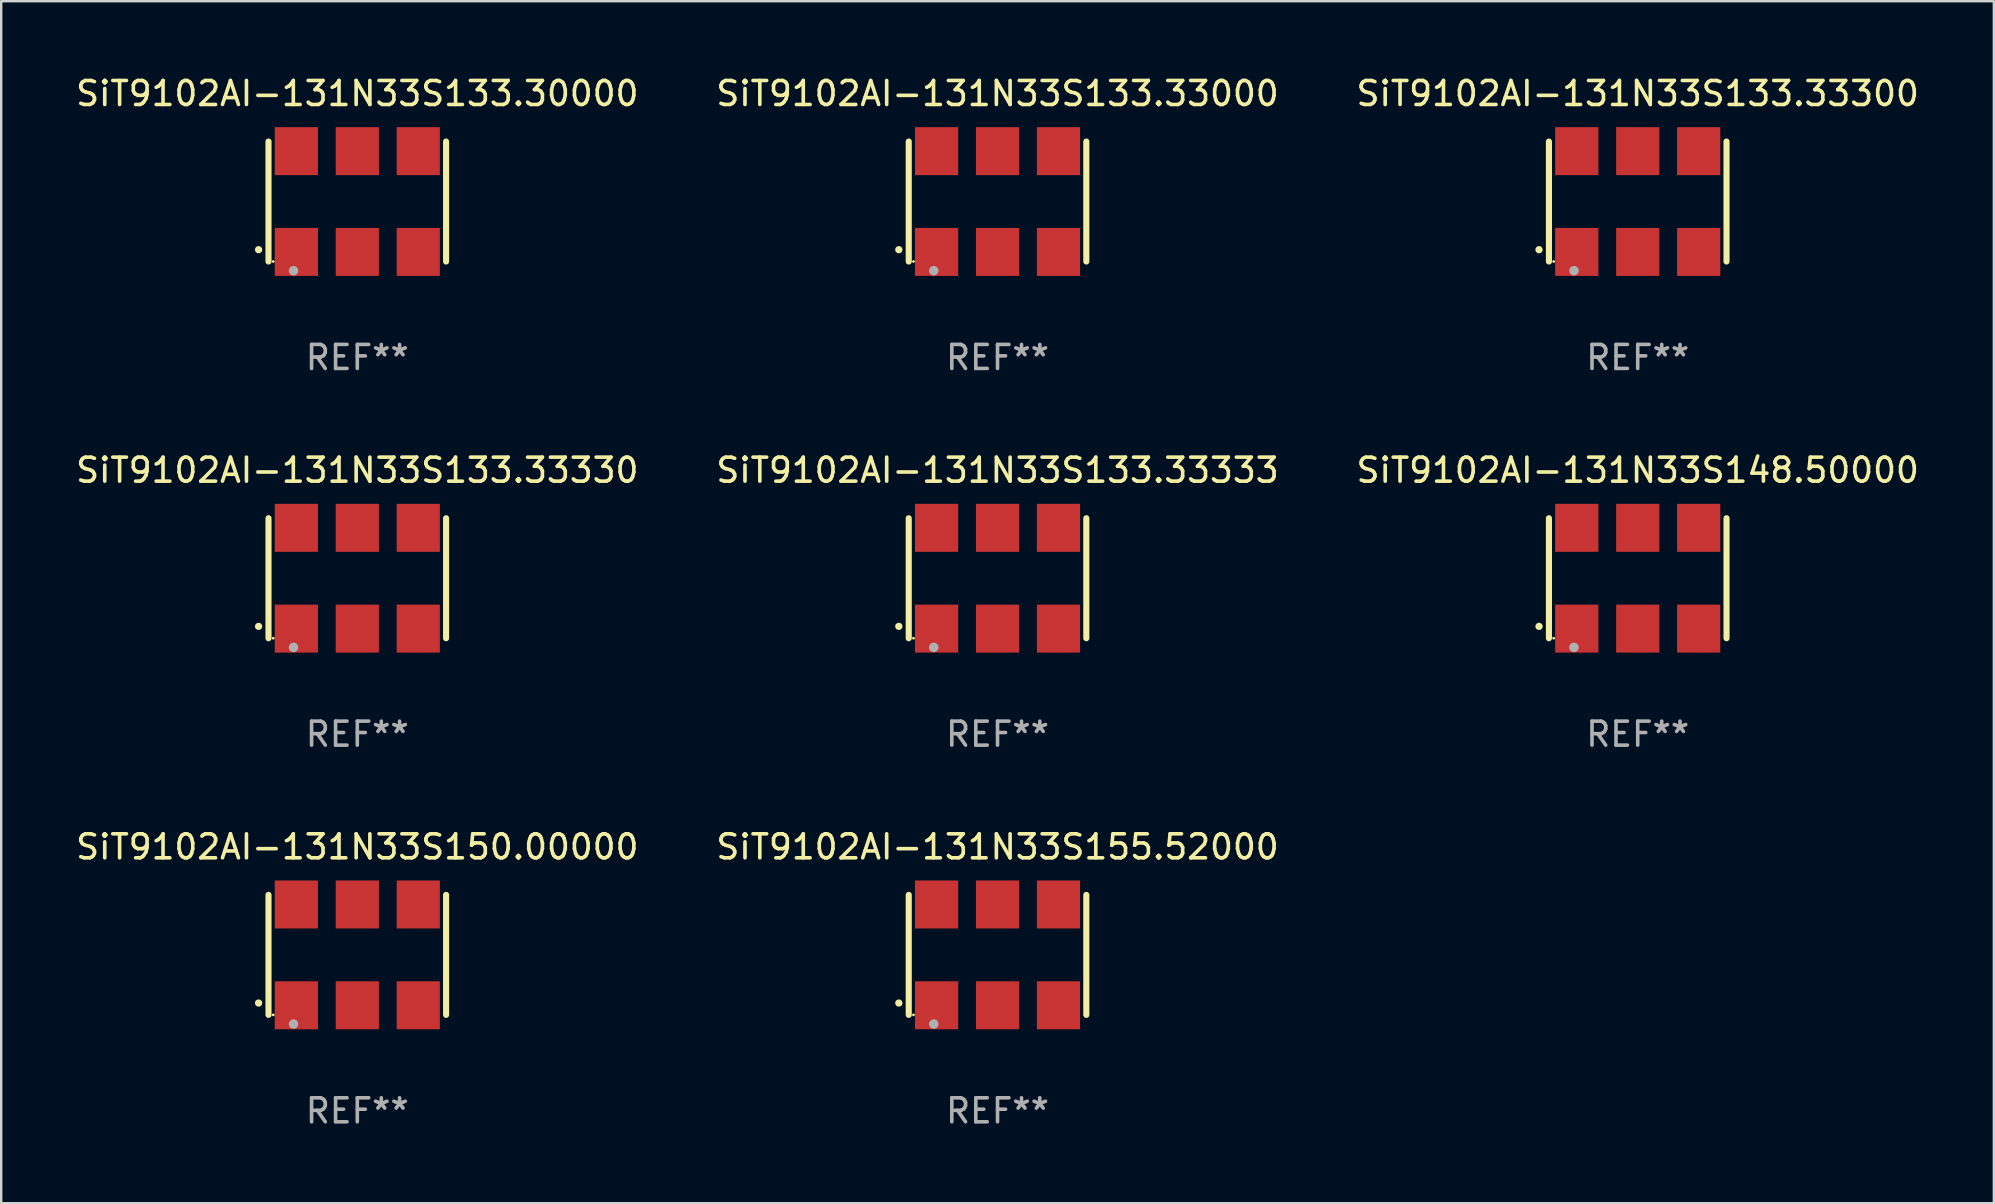
<source format=kicad_pcb>
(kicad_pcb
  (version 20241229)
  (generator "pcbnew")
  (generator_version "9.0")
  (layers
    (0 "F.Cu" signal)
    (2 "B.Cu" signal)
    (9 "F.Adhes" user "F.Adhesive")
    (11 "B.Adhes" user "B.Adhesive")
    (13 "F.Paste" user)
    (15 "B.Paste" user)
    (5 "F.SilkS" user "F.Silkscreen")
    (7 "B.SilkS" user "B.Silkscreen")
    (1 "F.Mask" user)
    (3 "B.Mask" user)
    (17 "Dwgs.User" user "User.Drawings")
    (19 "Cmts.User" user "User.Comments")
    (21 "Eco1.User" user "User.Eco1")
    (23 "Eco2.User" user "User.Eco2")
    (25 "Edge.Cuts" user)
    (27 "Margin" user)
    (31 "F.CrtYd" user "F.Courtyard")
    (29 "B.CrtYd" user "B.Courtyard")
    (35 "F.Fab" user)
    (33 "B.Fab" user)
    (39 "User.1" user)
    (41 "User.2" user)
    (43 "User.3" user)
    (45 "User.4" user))
  (footprint "SiT9102AI-131N33S133.33330"
    (layer "F.Cu")
    (at 11.839 21.045)
    (property "Reference" "SiT9102AI-131N33S133.33330" (at 0 -4.5 0) (layer "F.SilkS") (effects (font (size 1 1) (thickness 0.15))))
    (attr through_hole)
    (fp_line (start -3.7 -2.5) (end -3.7 2.5) (stroke (width 0.254) (type solid)) (layer "F.SilkS"))
    (fp_line (start 3.7 -2.5) (end 3.7 2.5) (stroke (width 0.254) (type solid)) (layer "F.SilkS"))
    (fp_arc (start -4.114415 2.006604) (mid -4.113145 2.006599) (end -4.111875 2.006604) (stroke (width 0.3) (type solid)) (layer "F.SilkS"))
    (fp_circle (center -3.502 2.5) (end -3.472 2.5) (stroke (width 0.06) (type solid)) (fill no) (layer "F.SilkS"))
    (fp_circle (center -2.657 2.882) (end -2.557 2.882) (stroke (width 0.2) (type solid)) (fill no) (layer "F.Fab"))
    (fp_text user "REF**" (at 0 6.5 0) (layer "F.Fab") (effects (font (size 1 1) (thickness 0.15))))
    (pad "1" smd rect (at -2.54 2.1) (size 1.8 2) (layers "F.Cu" "F.Mask" "F.Paste"))
    (pad "2" smd rect (at 0.000394 2.1) (size 1.8 2) (layers "F.Cu" "F.Mask" "F.Paste"))
    (pad "3" smd rect (at 2.54 2.1) (size 1.8 2) (layers "F.Cu" "F.Mask" "F.Paste"))
    (pad "4" smd rect (at 2.54 -2.1) (size 1.8 2) (layers "F.Cu" "F.Mask" "F.Paste"))
    (pad "5" smd rect (at 0.000394 -2.1) (size 1.8 2) (layers "F.Cu" "F.Mask" "F.Paste"))
    (pad "6" smd rect (at -2.54 -2.1) (size 1.8 2) (layers "F.Cu" "F.Mask" "F.Paste")))
  (footprint "SiT9102AI-131N33S155.52000"
    (layer "F.Cu")
    (at 38.518 36.741)
    (property "Reference" "SiT9102AI-131N33S155.52000" (at 0 -4.5 0) (layer "F.SilkS") (effects (font (size 1 1) (thickness 0.15))))
    (attr through_hole)
    (fp_line (start -3.7 -2.5) (end -3.7 2.5) (stroke (width 0.254) (type solid)) (layer "F.SilkS"))
    (fp_line (start 3.7 -2.5) (end 3.7 2.5) (stroke (width 0.254) (type solid)) (layer "F.SilkS"))
    (fp_arc (start -4.114415 2.006604) (mid -4.113145 2.006599) (end -4.111875 2.006604) (stroke (width 0.3) (type solid)) (layer "F.SilkS"))
    (fp_circle (center -3.502 2.5) (end -3.472 2.5) (stroke (width 0.06) (type solid)) (fill no) (layer "F.SilkS"))
    (fp_circle (center -2.657 2.882) (end -2.557 2.882) (stroke (width 0.2) (type solid)) (fill no) (layer "F.Fab"))
    (fp_text user "REF**" (at 0 6.5 0) (layer "F.Fab") (effects (font (size 1 1) (thickness 0.15))))
    (pad "1" smd rect (at -2.54 2.1) (size 1.8 2) (layers "F.Cu" "F.Mask" "F.Paste"))
    (pad "2" smd rect (at 0.000394 2.1) (size 1.8 2) (layers "F.Cu" "F.Mask" "F.Paste"))
    (pad "3" smd rect (at 2.54 2.1) (size 1.8 2) (layers "F.Cu" "F.Mask" "F.Paste"))
    (pad "4" smd rect (at 2.54 -2.1) (size 1.8 2) (layers "F.Cu" "F.Mask" "F.Paste"))
    (pad "5" smd rect (at 0.000394 -2.1) (size 1.8 2) (layers "F.Cu" "F.Mask" "F.Paste"))
    (pad "6" smd rect (at -2.54 -2.1) (size 1.8 2) (layers "F.Cu" "F.Mask" "F.Paste")))
  (footprint "SiT9102AI-131N33S133.33300"
    (layer "F.Cu")
    (at 65.196 5.348)
    (property "Reference" "SiT9102AI-131N33S133.33300" (at 0 -4.5 0) (layer "F.SilkS") (effects (font (size 1 1) (thickness 0.15))))
    (attr through_hole)
    (fp_line (start -3.7 -2.5) (end -3.7 2.5) (stroke (width 0.254) (type solid)) (layer "F.SilkS"))
    (fp_line (start 3.7 -2.5) (end 3.7 2.5) (stroke (width 0.254) (type solid)) (layer "F.SilkS"))
    (fp_arc (start -4.114415 2.006604) (mid -4.113145 2.006599) (end -4.111875 2.006604) (stroke (width 0.3) (type solid)) (layer "F.SilkS"))
    (fp_circle (center -3.502 2.5) (end -3.472 2.5) (stroke (width 0.06) (type solid)) (fill no) (layer "F.SilkS"))
    (fp_circle (center -2.657 2.882) (end -2.557 2.882) (stroke (width 0.2) (type solid)) (fill no) (layer "F.Fab"))
    (fp_text user "REF**" (at 0 6.5 0) (layer "F.Fab") (effects (font (size 1 1) (thickness 0.15))))
    (pad "1" smd rect (at -2.54 2.1) (size 1.8 2) (layers "F.Cu" "F.Mask" "F.Paste"))
    (pad "2" smd rect (at 0.000394 2.1) (size 1.8 2) (layers "F.Cu" "F.Mask" "F.Paste"))
    (pad "3" smd rect (at 2.54 2.1) (size 1.8 2) (layers "F.Cu" "F.Mask" "F.Paste"))
    (pad "4" smd rect (at 2.54 -2.1) (size 1.8 2) (layers "F.Cu" "F.Mask" "F.Paste"))
    (pad "5" smd rect (at 0.000394 -2.1) (size 1.8 2) (layers "F.Cu" "F.Mask" "F.Paste"))
    (pad "6" smd rect (at -2.54 -2.1) (size 1.8 2) (layers "F.Cu" "F.Mask" "F.Paste")))
  (footprint "SiT9102AI-131N33S133.30000"
    (layer "F.Cu")
    (at 11.839 5.348)
    (property "Reference" "SiT9102AI-131N33S133.30000" (at 0 -4.5 0) (layer "F.SilkS") (effects (font (size 1 1) (thickness 0.15))))
    (attr through_hole)
    (fp_line (start -3.7 -2.5) (end -3.7 2.5) (stroke (width 0.254) (type solid)) (layer "F.SilkS"))
    (fp_line (start 3.7 -2.5) (end 3.7 2.5) (stroke (width 0.254) (type solid)) (layer "F.SilkS"))
    (fp_arc (start -4.114415 2.006604) (mid -4.113145 2.006599) (end -4.111875 2.006604) (stroke (width 0.3) (type solid)) (layer "F.SilkS"))
    (fp_circle (center -3.502 2.5) (end -3.472 2.5) (stroke (width 0.06) (type solid)) (fill no) (layer "F.SilkS"))
    (fp_circle (center -2.657 2.882) (end -2.557 2.882) (stroke (width 0.2) (type solid)) (fill no) (layer "F.Fab"))
    (fp_text user "REF**" (at 0 6.5 0) (layer "F.Fab") (effects (font (size 1 1) (thickness 0.15))))
    (pad "1" smd rect (at -2.54 2.1) (size 1.8 2) (layers "F.Cu" "F.Mask" "F.Paste"))
    (pad "2" smd rect (at 0.000394 2.1) (size 1.8 2) (layers "F.Cu" "F.Mask" "F.Paste"))
    (pad "3" smd rect (at 2.54 2.1) (size 1.8 2) (layers "F.Cu" "F.Mask" "F.Paste"))
    (pad "4" smd rect (at 2.54 -2.1) (size 1.8 2) (layers "F.Cu" "F.Mask" "F.Paste"))
    (pad "5" smd rect (at 0.000394 -2.1) (size 1.8 2) (layers "F.Cu" "F.Mask" "F.Paste"))
    (pad "6" smd rect (at -2.54 -2.1) (size 1.8 2) (layers "F.Cu" "F.Mask" "F.Paste")))
  (footprint "SiT9102AI-131N33S133.33000"
    (layer "F.Cu")
    (at 38.518 5.348)
    (property "Reference" "SiT9102AI-131N33S133.33000" (at 0 -4.5 0) (layer "F.SilkS") (effects (font (size 1 1) (thickness 0.15))))
    (attr through_hole)
    (fp_line (start -3.7 -2.5) (end -3.7 2.5) (stroke (width 0.254) (type solid)) (layer "F.SilkS"))
    (fp_line (start 3.7 -2.5) (end 3.7 2.5) (stroke (width 0.254) (type solid)) (layer "F.SilkS"))
    (fp_arc (start -4.114415 2.006604) (mid -4.113145 2.006599) (end -4.111875 2.006604) (stroke (width 0.3) (type solid)) (layer "F.SilkS"))
    (fp_circle (center -3.502 2.5) (end -3.472 2.5) (stroke (width 0.06) (type solid)) (fill no) (layer "F.SilkS"))
    (fp_circle (center -2.657 2.882) (end -2.557 2.882) (stroke (width 0.2) (type solid)) (fill no) (layer "F.Fab"))
    (fp_text user "REF**" (at 0 6.5 0) (layer "F.Fab") (effects (font (size 1 1) (thickness 0.15))))
    (pad "1" smd rect (at -2.54 2.1) (size 1.8 2) (layers "F.Cu" "F.Mask" "F.Paste"))
    (pad "2" smd rect (at 0.000394 2.1) (size 1.8 2) (layers "F.Cu" "F.Mask" "F.Paste"))
    (pad "3" smd rect (at 2.54 2.1) (size 1.8 2) (layers "F.Cu" "F.Mask" "F.Paste"))
    (pad "4" smd rect (at 2.54 -2.1) (size 1.8 2) (layers "F.Cu" "F.Mask" "F.Paste"))
    (pad "5" smd rect (at 0.000394 -2.1) (size 1.8 2) (layers "F.Cu" "F.Mask" "F.Paste"))
    (pad "6" smd rect (at -2.54 -2.1) (size 1.8 2) (layers "F.Cu" "F.Mask" "F.Paste")))
  (footprint "SiT9102AI-131N33S133.33333"
    (layer "F.Cu")
    (at 38.518 21.045)
    (property "Reference" "SiT9102AI-131N33S133.33333" (at 0 -4.5 0) (layer "F.SilkS") (effects (font (size 1 1) (thickness 0.15))))
    (attr through_hole)
    (fp_line (start -3.7 -2.5) (end -3.7 2.5) (stroke (width 0.254) (type solid)) (layer "F.SilkS"))
    (fp_line (start 3.7 -2.5) (end 3.7 2.5) (stroke (width 0.254) (type solid)) (layer "F.SilkS"))
    (fp_arc (start -4.114415 2.006604) (mid -4.113145 2.006599) (end -4.111875 2.006604) (stroke (width 0.3) (type solid)) (layer "F.SilkS"))
    (fp_circle (center -3.502 2.5) (end -3.472 2.5) (stroke (width 0.06) (type solid)) (fill no) (layer "F.SilkS"))
    (fp_circle (center -2.657 2.882) (end -2.557 2.882) (stroke (width 0.2) (type solid)) (fill no) (layer "F.Fab"))
    (fp_text user "REF**" (at 0 6.5 0) (layer "F.Fab") (effects (font (size 1 1) (thickness 0.15))))
    (pad "1" smd rect (at -2.54 2.1) (size 1.8 2) (layers "F.Cu" "F.Mask" "F.Paste"))
    (pad "2" smd rect (at 0.000394 2.1) (size 1.8 2) (layers "F.Cu" "F.Mask" "F.Paste"))
    (pad "3" smd rect (at 2.54 2.1) (size 1.8 2) (layers "F.Cu" "F.Mask" "F.Paste"))
    (pad "4" smd rect (at 2.54 -2.1) (size 1.8 2) (layers "F.Cu" "F.Mask" "F.Paste"))
    (pad "5" smd rect (at 0.000394 -2.1) (size 1.8 2) (layers "F.Cu" "F.Mask" "F.Paste"))
    (pad "6" smd rect (at -2.54 -2.1) (size 1.8 2) (layers "F.Cu" "F.Mask" "F.Paste")))
  (footprint "SiT9102AI-131N33S148.50000"
    (layer "F.Cu")
    (at 65.196 21.045)
    (property "Reference" "SiT9102AI-131N33S148.50000" (at 0 -4.5 0) (layer "F.SilkS") (effects (font (size 1 1) (thickness 0.15))))
    (attr through_hole)
    (fp_line (start -3.7 -2.5) (end -3.7 2.5) (stroke (width 0.254) (type solid)) (layer "F.SilkS"))
    (fp_line (start 3.7 -2.5) (end 3.7 2.5) (stroke (width 0.254) (type solid)) (layer "F.SilkS"))
    (fp_arc (start -4.114415 2.006604) (mid -4.113145 2.006599) (end -4.111875 2.006604) (stroke (width 0.3) (type solid)) (layer "F.SilkS"))
    (fp_circle (center -3.502 2.5) (end -3.472 2.5) (stroke (width 0.06) (type solid)) (fill no) (layer "F.SilkS"))
    (fp_circle (center -2.657 2.882) (end -2.557 2.882) (stroke (width 0.2) (type solid)) (fill no) (layer "F.Fab"))
    (fp_text user "REF**" (at 0 6.5 0) (layer "F.Fab") (effects (font (size 1 1) (thickness 0.15))))
    (pad "1" smd rect (at -2.54 2.1) (size 1.8 2) (layers "F.Cu" "F.Mask" "F.Paste"))
    (pad "2" smd rect (at 0.000394 2.1) (size 1.8 2) (layers "F.Cu" "F.Mask" "F.Paste"))
    (pad "3" smd rect (at 2.54 2.1) (size 1.8 2) (layers "F.Cu" "F.Mask" "F.Paste"))
    (pad "4" smd rect (at 2.54 -2.1) (size 1.8 2) (layers "F.Cu" "F.Mask" "F.Paste"))
    (pad "5" smd rect (at 0.000394 -2.1) (size 1.8 2) (layers "F.Cu" "F.Mask" "F.Paste"))
    (pad "6" smd rect (at -2.54 -2.1) (size 1.8 2) (layers "F.Cu" "F.Mask" "F.Paste")))
  (footprint "SiT9102AI-131N33S150.00000"
    (layer "F.Cu")
    (at 11.839 36.741)
    (property "Reference" "SiT9102AI-131N33S150.00000" (at 0 -4.5 0) (layer "F.SilkS") (effects (font (size 1 1) (thickness 0.15))))
    (attr through_hole)
    (fp_line (start -3.7 -2.5) (end -3.7 2.5) (stroke (width 0.254) (type solid)) (layer "F.SilkS"))
    (fp_line (start 3.7 -2.5) (end 3.7 2.5) (stroke (width 0.254) (type solid)) (layer "F.SilkS"))
    (fp_arc (start -4.114415 2.006604) (mid -4.113145 2.006599) (end -4.111875 2.006604) (stroke (width 0.3) (type solid)) (layer "F.SilkS"))
    (fp_circle (center -3.502 2.5) (end -3.472 2.5) (stroke (width 0.06) (type solid)) (fill no) (layer "F.SilkS"))
    (fp_circle (center -2.657 2.882) (end -2.557 2.882) (stroke (width 0.2) (type solid)) (fill no) (layer "F.Fab"))
    (fp_text user "REF**" (at 0 6.5 0) (layer "F.Fab") (effects (font (size 1 1) (thickness 0.15))))
    (pad "1" smd rect (at -2.54 2.1) (size 1.8 2) (layers "F.Cu" "F.Mask" "F.Paste"))
    (pad "2" smd rect (at 0.000394 2.1) (size 1.8 2) (layers "F.Cu" "F.Mask" "F.Paste"))
    (pad "3" smd rect (at 2.54 2.1) (size 1.8 2) (layers "F.Cu" "F.Mask" "F.Paste"))
    (pad "4" smd rect (at 2.54 -2.1) (size 1.8 2) (layers "F.Cu" "F.Mask" "F.Paste"))
    (pad "5" smd rect (at 0.000394 -2.1) (size 1.8 2) (layers "F.Cu" "F.Mask" "F.Paste"))
    (pad "6" smd rect (at -2.54 -2.1) (size 1.8 2) (layers "F.Cu" "F.Mask" "F.Paste")))
  (gr_rect
    (start -3 -3)
    (end 80.036 47.09)
    (stroke (width 0.1) (type default))
    (fill no)
    (layer "Edge.Cuts")))
</source>
